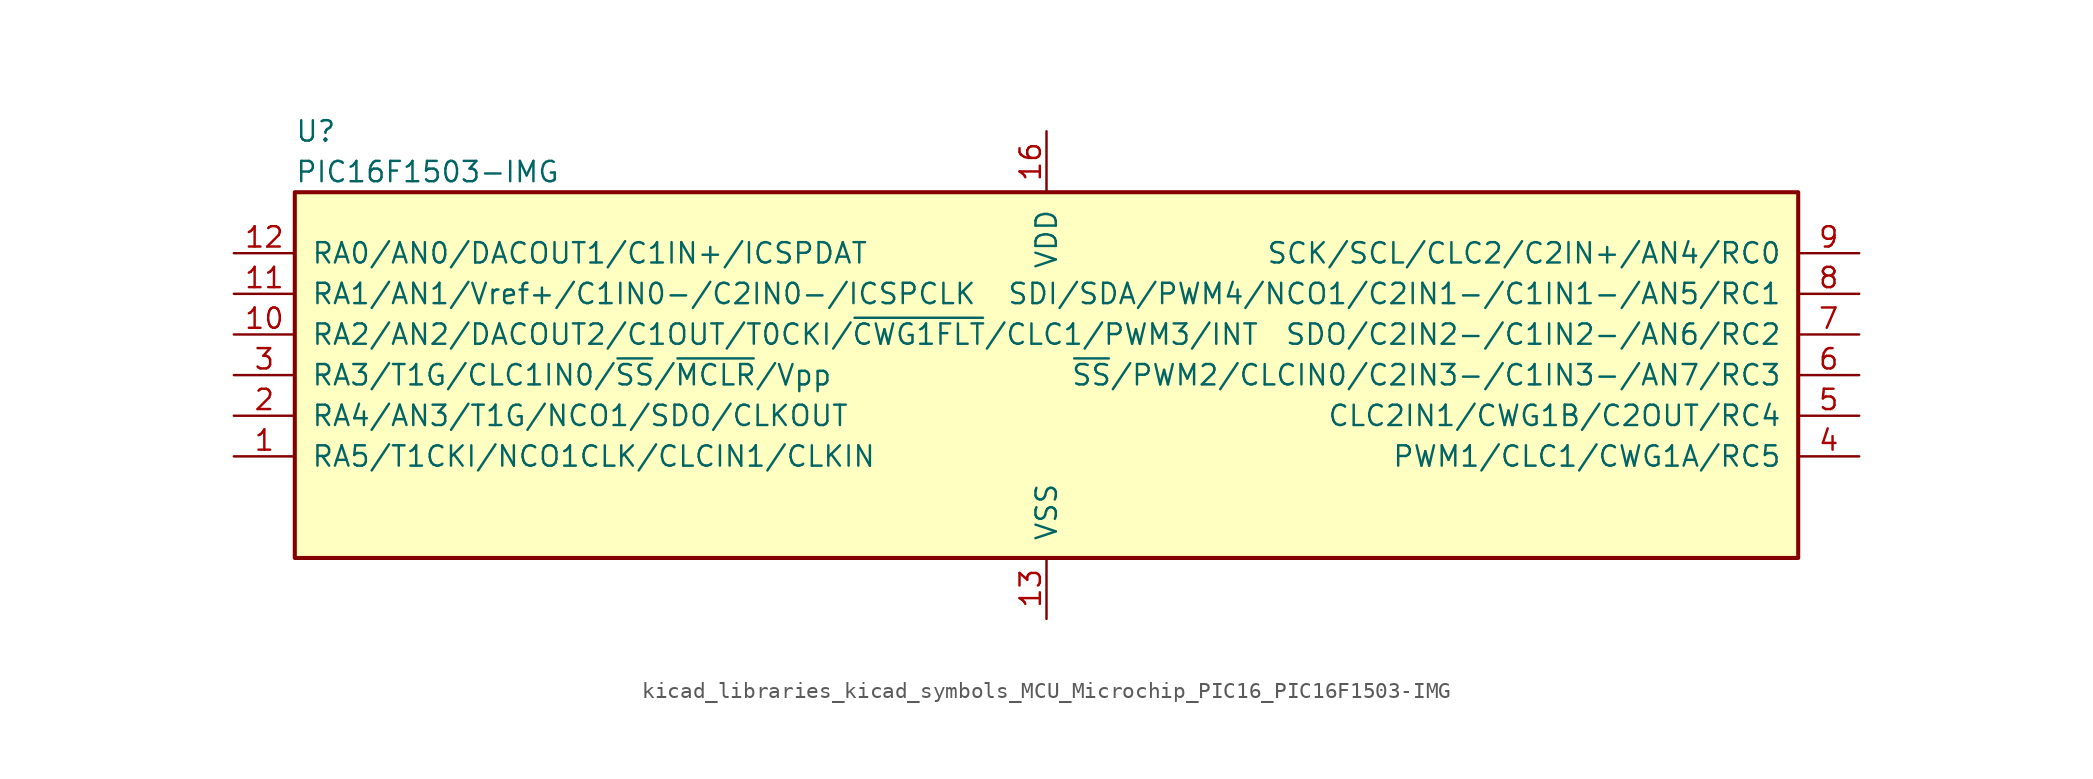
<source format=kicad_sym>
(kicad_symbol_lib
  (version 20220914)
  (generator kicad_symbol_editor)
  (symbol "kicad_libraries_kicad_symbols_MCU_Microchip_PIC16_PIC16F1503-IMG"
    (pin_names
      (offset 1.016))
    (property "Reference" "U"
      (at -46.99 15.24 0)
      (effects (font (size 1.27 1.27)) (justify left)))
    (property "Value" "PIC16F1503-IMG"
      (at -46.99 12.7 0)
      (effects (font (size 1.27 1.27)) (justify left)))
    (symbol "kicad_libraries_kicad_symbols_MCU_Microchip_PIC16_PIC16F1503-IMG_0_1"
      (rectangle (start -46.99 11.43) (end 46.99 -11.43) (stroke (width 0.254) (type default)) (fill (type background))))
    (symbol "kicad_libraries_kicad_symbols_MCU_Microchip_PIC16_PIC16F1503-IMG_1_1"
      (pin bidirectional line (at -50.8 -5.08 0) (length 3.81) (name "RA5/T1CKI/NCO1CLK/CLCIN1/CLKIN" (effects (font (size 1.27 1.27)))) (number "1" (effects (font (size 1.27 1.27)))))
      (pin bidirectional line (at -50.8 2.54 0) (length 3.81) (name "RA2/AN2/DACOUT2/C1OUT/T0CKI/~{CWG1FLT}/CLC1/PWM3/INT" (effects (font (size 1.27 1.27)))) (number "10" (effects (font (size 1.27 1.27)))))
      (pin bidirectional line (at -50.8 5.08 0) (length 3.81) (name "RA1/AN1/Vref+/C1IN0-/C2IN0-/ICSPCLK" (effects (font (size 1.27 1.27)))) (number "11" (effects (font (size 1.27 1.27)))))
      (pin bidirectional line (at -50.8 7.62 0) (length 3.81) (name "RA0/AN0/DACOUT1/C1IN+/ICSPDAT" (effects (font (size 1.27 1.27)))) (number "12" (effects (font (size 1.27 1.27)))))
      (pin power_in line (at 0 -15.24 90) (length 3.81) (name "VSS" (effects (font (size 1.27 1.27)))) (number "13" (effects (font (size 1.27 1.27)))))
      (pin power_in line (at 0 15.24 270) (length 3.81) (name "VDD" (effects (font (size 1.27 1.27)))) (number "16" (effects (font (size 1.27 1.27)))))
      (pin bidirectional line (at -50.8 -2.54 0) (length 3.81) (name "RA4/AN3/T1G/NCO1/SDO/CLKOUT" (effects (font (size 1.27 1.27)))) (number "2" (effects (font (size 1.27 1.27)))))
      (pin input line (at -50.8 0 0) (length 3.81) (name "RA3/T1G/CLC1IN0/~{SS}/~{MCLR}/Vpp" (effects (font (size 1.27 1.27)))) (number "3" (effects (font (size 1.27 1.27)))))
      (pin bidirectional line (at 50.8 -5.08 180) (length 3.81) (name "PWM1/CLC1/CWG1A/RC5" (effects (font (size 1.27 1.27)))) (number "4" (effects (font (size 1.27 1.27)))))
      (pin bidirectional line (at 50.8 -2.54 180) (length 3.81) (name "CLC2IN1/CWG1B/C2OUT/RC4" (effects (font (size 1.27 1.27)))) (number "5" (effects (font (size 1.27 1.27)))))
      (pin bidirectional line (at 50.8 0 180) (length 3.81) (name "~{SS}/PWM2/CLCIN0/C2IN3-/C1IN3-/AN7/RC3" (effects (font (size 1.27 1.27)))) (number "6" (effects (font (size 1.27 1.27)))))
      (pin bidirectional line (at 50.8 2.54 180) (length 3.81) (name "SDO/C2IN2-/C1IN2-/AN6/RC2" (effects (font (size 1.27 1.27)))) (number "7" (effects (font (size 1.27 1.27)))))
      (pin bidirectional line (at 50.8 5.08 180) (length 3.81) (name "SDI/SDA/PWM4/NCO1/C2IN1-/C1IN1-/AN5/RC1" (effects (font (size 1.27 1.27)))) (number "8" (effects (font (size 1.27 1.27)))))
      (pin bidirectional line (at 50.8 7.62 180) (length 3.81) (name "SCK/SCL/CLC2/C2IN+/AN4/RC0" (effects (font (size 1.27 1.27)))) (number "9" (effects (font (size 1.27 1.27))))))))
</source>
